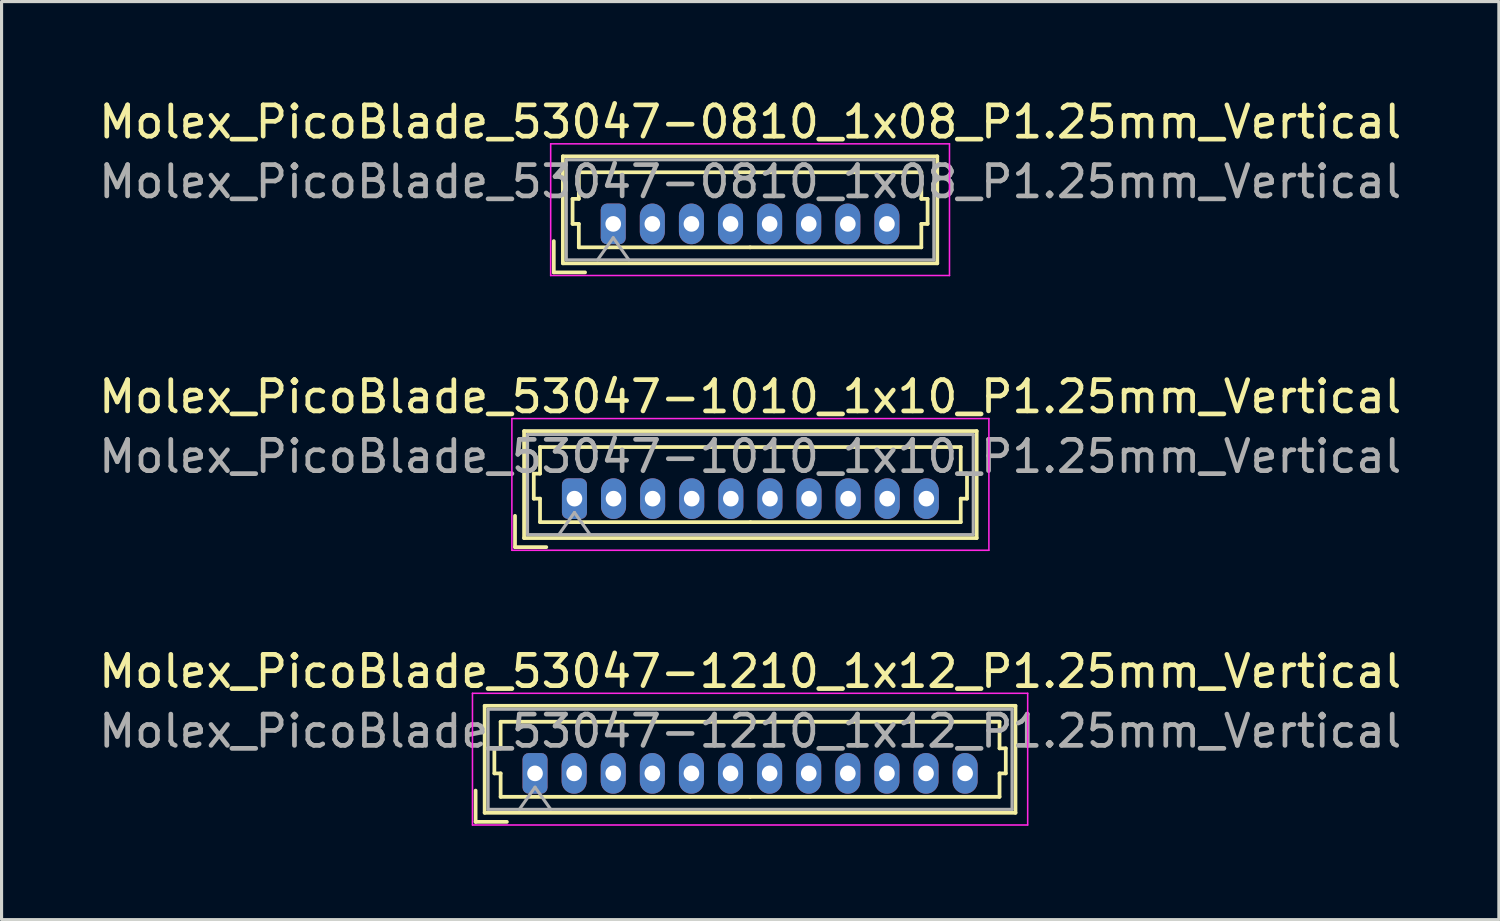
<source format=kicad_pcb>
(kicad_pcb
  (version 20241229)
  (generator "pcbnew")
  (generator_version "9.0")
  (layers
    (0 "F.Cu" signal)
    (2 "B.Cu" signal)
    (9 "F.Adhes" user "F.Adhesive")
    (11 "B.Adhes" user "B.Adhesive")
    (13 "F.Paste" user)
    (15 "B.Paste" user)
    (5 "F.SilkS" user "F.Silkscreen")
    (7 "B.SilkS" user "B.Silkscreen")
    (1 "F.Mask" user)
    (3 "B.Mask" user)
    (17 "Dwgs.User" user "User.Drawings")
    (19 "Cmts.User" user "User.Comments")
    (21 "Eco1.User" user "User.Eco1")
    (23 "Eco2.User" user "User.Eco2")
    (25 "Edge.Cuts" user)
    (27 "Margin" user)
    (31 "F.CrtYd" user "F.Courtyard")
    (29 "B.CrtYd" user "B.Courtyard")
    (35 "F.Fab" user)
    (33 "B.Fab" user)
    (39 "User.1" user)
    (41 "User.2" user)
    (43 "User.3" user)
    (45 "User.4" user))
  (footprint "Molex_PicoBlade_53047-1010_1x10_P1.25mm_Vertical"
    (layer "F.Cu")
    (at 15.315 12.892)
    (property "Reference" "Molex_PicoBlade_53047-1010_1x10_P1.25mm_Vertical" (at 5.62 -3.26 0) (layer "F.SilkS") (effects (font (size 1 1) (thickness 0.15))))
    (attr through_hole)
    (fp_line (start -1.9 1.55) (end -1.9 0.55) (stroke (width 0.12) (type solid)) (layer "F.SilkS"))
    (fp_line (start -1.9 1.55) (end -0.9 1.55) (stroke (width 0.12) (type solid)) (layer "F.SilkS"))
    (fp_line (start -1.61 -2.16) (end -1.61 1.26) (stroke (width 0.12) (type solid)) (layer "F.SilkS"))
    (fp_line (start -1.61 1.26) (end 12.86 1.26) (stroke (width 0.12) (type solid)) (layer "F.SilkS"))
    (fp_line (start -1.3 -0.8) (end -1.1 -0.8) (stroke (width 0.12) (type solid)) (layer "F.SilkS"))
    (fp_line (start -1.3 0) (end -1.3 -0.8) (stroke (width 0.12) (type solid)) (layer "F.SilkS"))
    (fp_line (start -1.1 -1.65) (end 5.625 -1.65) (stroke (width 0.12) (type solid)) (layer "F.SilkS"))
    (fp_line (start -1.1 -0.8) (end -1.1 -1.65) (stroke (width 0.12) (type solid)) (layer "F.SilkS"))
    (fp_line (start -1.1 0) (end -1.3 0) (stroke (width 0.12) (type solid)) (layer "F.SilkS"))
    (fp_line (start -1.1 0.75) (end -1.1 0) (stroke (width 0.12) (type solid)) (layer "F.SilkS"))
    (fp_line (start 5.625 0.75) (end -1.1 0.75) (stroke (width 0.12) (type solid)) (layer "F.SilkS"))
    (fp_line (start 5.625 0.75) (end 12.35 0.75) (stroke (width 0.12) (type solid)) (layer "F.SilkS"))
    (fp_line (start 12.35 -1.65) (end 5.625 -1.65) (stroke (width 0.12) (type solid)) (layer "F.SilkS"))
    (fp_line (start 12.35 -0.8) (end 12.35 -1.65) (stroke (width 0.12) (type solid)) (layer "F.SilkS"))
    (fp_line (start 12.35 0) (end 12.55 0) (stroke (width 0.12) (type solid)) (layer "F.SilkS"))
    (fp_line (start 12.35 0.75) (end 12.35 0) (stroke (width 0.12) (type solid)) (layer "F.SilkS"))
    (fp_line (start 12.55 -0.8) (end 12.35 -0.8) (stroke (width 0.12) (type solid)) (layer "F.SilkS"))
    (fp_line (start 12.55 0) (end 12.55 -0.8) (stroke (width 0.12) (type solid)) (layer "F.SilkS"))
    (fp_line (start 12.86 -2.16) (end -1.61 -2.16) (stroke (width 0.12) (type solid)) (layer "F.SilkS"))
    (fp_line (start 12.86 1.26) (end 12.86 -2.16) (stroke (width 0.12) (type solid)) (layer "F.SilkS"))
    (fp_line (start -2 -2.56) (end -2 1.65) (stroke (width 0.05) (type solid)) (layer "F.CrtYd"))
    (fp_line (start -2 1.65) (end 13.25 1.65) (stroke (width 0.05) (type solid)) (layer "F.CrtYd"))
    (fp_line (start 13.25 -2.56) (end -2 -2.56) (stroke (width 0.05) (type solid)) (layer "F.CrtYd"))
    (fp_line (start 13.25 1.65) (end 13.25 -2.56) (stroke (width 0.05) (type solid)) (layer "F.CrtYd"))
    (fp_line (start -1.5 -2.05) (end -1.5 1.15) (stroke (width 0.1) (type solid)) (layer "F.Fab"))
    (fp_line (start -1.5 1.15) (end 12.75 1.15) (stroke (width 0.1) (type solid)) (layer "F.Fab"))
    (fp_line (start -0.5 1.15) (end 0 0.443) (stroke (width 0.1) (type solid)) (layer "F.Fab"))
    (fp_line (start 0 0.443) (end 0.5 1.15) (stroke (width 0.1) (type solid)) (layer "F.Fab"))
    (fp_line (start 12.75 -2.05) (end -1.5 -2.05) (stroke (width 0.1) (type solid)) (layer "F.Fab"))
    (fp_line (start 12.75 1.15) (end 12.75 -2.05) (stroke (width 0.1) (type solid)) (layer "F.Fab"))
    (fp_text user "${REFERENCE}" (at 5.62 -1.35 0) (layer "F.Fab") (effects (font (size 1 1) (thickness 0.15))))
    (pad "1" thru_hole roundrect (at 0 0) (size 0.8 1.3) (drill 0.5) (layers "*.Cu" "*.Mask") (roundrect_rratio 0.25))
    (pad "2" thru_hole oval (at 1.25 0) (size 0.8 1.3) (drill 0.5) (layers "*.Cu" "*.Mask"))
    (pad "3" thru_hole oval (at 2.5 0) (size 0.8 1.3) (drill 0.5) (layers "*.Cu" "*.Mask"))
    (pad "4" thru_hole oval (at 3.75 0) (size 0.8 1.3) (drill 0.5) (layers "*.Cu" "*.Mask"))
    (pad "5" thru_hole oval (at 5 0) (size 0.8 1.3) (drill 0.5) (layers "*.Cu" "*.Mask"))
    (pad "6" thru_hole oval (at 6.25 0) (size 0.8 1.3) (drill 0.5) (layers "*.Cu" "*.Mask"))
    (pad "7" thru_hole oval (at 7.5 0) (size 0.8 1.3) (drill 0.5) (layers "*.Cu" "*.Mask"))
    (pad "8" thru_hole oval (at 8.75 0) (size 0.8 1.3) (drill 0.5) (layers "*.Cu" "*.Mask"))
    (pad "9" thru_hole oval (at 10 0) (size 0.8 1.3) (drill 0.5) (layers "*.Cu" "*.Mask"))
    (pad "10" thru_hole oval (at 11.25 0) (size 0.8 1.3) (drill 0.5) (layers "*.Cu" "*.Mask")))
  (footprint "Molex_PicoBlade_53047-0810_1x08_P1.25mm_Vertical"
    (layer "F.Cu")
    (at 16.555 4.108)
    (property "Reference" "Molex_PicoBlade_53047-0810_1x08_P1.25mm_Vertical" (at 4.38 -3.26 0) (layer "F.SilkS") (effects (font (size 1 1) (thickness 0.15))))
    (attr through_hole)
    (fp_line (start -1.9 1.55) (end -1.9 0.55) (stroke (width 0.12) (type solid)) (layer "F.SilkS"))
    (fp_line (start -1.9 1.55) (end -0.9 1.55) (stroke (width 0.12) (type solid)) (layer "F.SilkS"))
    (fp_line (start -1.61 -2.16) (end -1.61 1.26) (stroke (width 0.12) (type solid)) (layer "F.SilkS"))
    (fp_line (start -1.61 1.26) (end 10.36 1.26) (stroke (width 0.12) (type solid)) (layer "F.SilkS"))
    (fp_line (start -1.3 -0.8) (end -1.1 -0.8) (stroke (width 0.12) (type solid)) (layer "F.SilkS"))
    (fp_line (start -1.3 0) (end -1.3 -0.8) (stroke (width 0.12) (type solid)) (layer "F.SilkS"))
    (fp_line (start -1.1 -1.65) (end 4.375 -1.65) (stroke (width 0.12) (type solid)) (layer "F.SilkS"))
    (fp_line (start -1.1 -0.8) (end -1.1 -1.65) (stroke (width 0.12) (type solid)) (layer "F.SilkS"))
    (fp_line (start -1.1 0) (end -1.3 0) (stroke (width 0.12) (type solid)) (layer "F.SilkS"))
    (fp_line (start -1.1 0.75) (end -1.1 0) (stroke (width 0.12) (type solid)) (layer "F.SilkS"))
    (fp_line (start 4.375 0.75) (end -1.1 0.75) (stroke (width 0.12) (type solid)) (layer "F.SilkS"))
    (fp_line (start 4.375 0.75) (end 9.85 0.75) (stroke (width 0.12) (type solid)) (layer "F.SilkS"))
    (fp_line (start 9.85 -1.65) (end 4.375 -1.65) (stroke (width 0.12) (type solid)) (layer "F.SilkS"))
    (fp_line (start 9.85 -0.8) (end 9.85 -1.65) (stroke (width 0.12) (type solid)) (layer "F.SilkS"))
    (fp_line (start 9.85 0) (end 10.05 0) (stroke (width 0.12) (type solid)) (layer "F.SilkS"))
    (fp_line (start 9.85 0.75) (end 9.85 0) (stroke (width 0.12) (type solid)) (layer "F.SilkS"))
    (fp_line (start 10.05 -0.8) (end 9.85 -0.8) (stroke (width 0.12) (type solid)) (layer "F.SilkS"))
    (fp_line (start 10.05 0) (end 10.05 -0.8) (stroke (width 0.12) (type solid)) (layer "F.SilkS"))
    (fp_line (start 10.36 -2.16) (end -1.61 -2.16) (stroke (width 0.12) (type solid)) (layer "F.SilkS"))
    (fp_line (start 10.36 1.26) (end 10.36 -2.16) (stroke (width 0.12) (type solid)) (layer "F.SilkS"))
    (fp_line (start -2 -2.56) (end -2 1.65) (stroke (width 0.05) (type solid)) (layer "F.CrtYd"))
    (fp_line (start -2 1.65) (end 10.75 1.65) (stroke (width 0.05) (type solid)) (layer "F.CrtYd"))
    (fp_line (start 10.75 -2.56) (end -2 -2.56) (stroke (width 0.05) (type solid)) (layer "F.CrtYd"))
    (fp_line (start 10.75 1.65) (end 10.75 -2.56) (stroke (width 0.05) (type solid)) (layer "F.CrtYd"))
    (fp_line (start -1.5 -2.05) (end -1.5 1.15) (stroke (width 0.1) (type solid)) (layer "F.Fab"))
    (fp_line (start -1.5 1.15) (end 10.25 1.15) (stroke (width 0.1) (type solid)) (layer "F.Fab"))
    (fp_line (start -0.5 1.15) (end 0 0.443) (stroke (width 0.1) (type solid)) (layer "F.Fab"))
    (fp_line (start 0 0.443) (end 0.5 1.15) (stroke (width 0.1) (type solid)) (layer "F.Fab"))
    (fp_line (start 10.25 -2.05) (end -1.5 -2.05) (stroke (width 0.1) (type solid)) (layer "F.Fab"))
    (fp_line (start 10.25 1.15) (end 10.25 -2.05) (stroke (width 0.1) (type solid)) (layer "F.Fab"))
    (fp_text user "${REFERENCE}" (at 4.38 -1.35 0) (layer "F.Fab") (effects (font (size 1 1) (thickness 0.15))))
    (pad "1" thru_hole roundrect (at 0 0) (size 0.8 1.3) (drill 0.5) (layers "*.Cu" "*.Mask") (roundrect_rratio 0.25))
    (pad "2" thru_hole oval (at 1.25 0) (size 0.8 1.3) (drill 0.5) (layers "*.Cu" "*.Mask"))
    (pad "3" thru_hole oval (at 2.5 0) (size 0.8 1.3) (drill 0.5) (layers "*.Cu" "*.Mask"))
    (pad "4" thru_hole oval (at 3.75 0) (size 0.8 1.3) (drill 0.5) (layers "*.Cu" "*.Mask"))
    (pad "5" thru_hole oval (at 5 0) (size 0.8 1.3) (drill 0.5) (layers "*.Cu" "*.Mask"))
    (pad "6" thru_hole oval (at 6.25 0) (size 0.8 1.3) (drill 0.5) (layers "*.Cu" "*.Mask"))
    (pad "7" thru_hole oval (at 7.5 0) (size 0.8 1.3) (drill 0.5) (layers "*.Cu" "*.Mask"))
    (pad "8" thru_hole oval (at 8.75 0) (size 0.8 1.3) (drill 0.5) (layers "*.Cu" "*.Mask")))
  (footprint "Molex_PicoBlade_53047-1210_1x12_P1.25mm_Vertical"
    (layer "F.Cu")
    (at 14.055 21.675)
    (property "Reference" "Molex_PicoBlade_53047-1210_1x12_P1.25mm_Vertical" (at 6.88 -3.26 0) (layer "F.SilkS") (effects (font (size 1 1) (thickness 0.15))))
    (attr through_hole)
    (fp_line (start -1.9 1.55) (end -1.9 0.55) (stroke (width 0.12) (type solid)) (layer "F.SilkS"))
    (fp_line (start -1.9 1.55) (end -0.9 1.55) (stroke (width 0.12) (type solid)) (layer "F.SilkS"))
    (fp_line (start -1.61 -2.16) (end -1.61 1.26) (stroke (width 0.12) (type solid)) (layer "F.SilkS"))
    (fp_line (start -1.61 1.26) (end 15.36 1.26) (stroke (width 0.12) (type solid)) (layer "F.SilkS"))
    (fp_line (start -1.3 -0.8) (end -1.1 -0.8) (stroke (width 0.12) (type solid)) (layer "F.SilkS"))
    (fp_line (start -1.3 0) (end -1.3 -0.8) (stroke (width 0.12) (type solid)) (layer "F.SilkS"))
    (fp_line (start -1.1 -1.65) (end 6.875 -1.65) (stroke (width 0.12) (type solid)) (layer "F.SilkS"))
    (fp_line (start -1.1 -0.8) (end -1.1 -1.65) (stroke (width 0.12) (type solid)) (layer "F.SilkS"))
    (fp_line (start -1.1 0) (end -1.3 0) (stroke (width 0.12) (type solid)) (layer "F.SilkS"))
    (fp_line (start -1.1 0.75) (end -1.1 0) (stroke (width 0.12) (type solid)) (layer "F.SilkS"))
    (fp_line (start 6.875 0.75) (end -1.1 0.75) (stroke (width 0.12) (type solid)) (layer "F.SilkS"))
    (fp_line (start 6.875 0.75) (end 14.85 0.75) (stroke (width 0.12) (type solid)) (layer "F.SilkS"))
    (fp_line (start 14.85 -1.65) (end 6.875 -1.65) (stroke (width 0.12) (type solid)) (layer "F.SilkS"))
    (fp_line (start 14.85 -0.8) (end 14.85 -1.65) (stroke (width 0.12) (type solid)) (layer "F.SilkS"))
    (fp_line (start 14.85 0) (end 15.05 0) (stroke (width 0.12) (type solid)) (layer "F.SilkS"))
    (fp_line (start 14.85 0.75) (end 14.85 0) (stroke (width 0.12) (type solid)) (layer "F.SilkS"))
    (fp_line (start 15.05 -0.8) (end 14.85 -0.8) (stroke (width 0.12) (type solid)) (layer "F.SilkS"))
    (fp_line (start 15.05 0) (end 15.05 -0.8) (stroke (width 0.12) (type solid)) (layer "F.SilkS"))
    (fp_line (start 15.36 -2.16) (end -1.61 -2.16) (stroke (width 0.12) (type solid)) (layer "F.SilkS"))
    (fp_line (start 15.36 1.26) (end 15.36 -2.16) (stroke (width 0.12) (type solid)) (layer "F.SilkS"))
    (fp_line (start -2 -2.56) (end -2 1.65) (stroke (width 0.05) (type solid)) (layer "F.CrtYd"))
    (fp_line (start -2 1.65) (end 15.75 1.65) (stroke (width 0.05) (type solid)) (layer "F.CrtYd"))
    (fp_line (start 15.75 -2.56) (end -2 -2.56) (stroke (width 0.05) (type solid)) (layer "F.CrtYd"))
    (fp_line (start 15.75 1.65) (end 15.75 -2.56) (stroke (width 0.05) (type solid)) (layer "F.CrtYd"))
    (fp_line (start -1.5 -2.05) (end -1.5 1.15) (stroke (width 0.1) (type solid)) (layer "F.Fab"))
    (fp_line (start -1.5 1.15) (end 15.25 1.15) (stroke (width 0.1) (type solid)) (layer "F.Fab"))
    (fp_line (start -0.5 1.15) (end 0 0.443) (stroke (width 0.1) (type solid)) (layer "F.Fab"))
    (fp_line (start 0 0.443) (end 0.5 1.15) (stroke (width 0.1) (type solid)) (layer "F.Fab"))
    (fp_line (start 15.25 -2.05) (end -1.5 -2.05) (stroke (width 0.1) (type solid)) (layer "F.Fab"))
    (fp_line (start 15.25 1.15) (end 15.25 -2.05) (stroke (width 0.1) (type solid)) (layer "F.Fab"))
    (fp_text user "${REFERENCE}" (at 6.88 -1.35 0) (layer "F.Fab") (effects (font (size 1 1) (thickness 0.15))))
    (pad "1" thru_hole roundrect (at 0 0) (size 0.8 1.3) (drill 0.5) (layers "*.Cu" "*.Mask") (roundrect_rratio 0.25))
    (pad "2" thru_hole oval (at 1.25 0) (size 0.8 1.3) (drill 0.5) (layers "*.Cu" "*.Mask"))
    (pad "3" thru_hole oval (at 2.5 0) (size 0.8 1.3) (drill 0.5) (layers "*.Cu" "*.Mask"))
    (pad "4" thru_hole oval (at 3.75 0) (size 0.8 1.3) (drill 0.5) (layers "*.Cu" "*.Mask"))
    (pad "5" thru_hole oval (at 5 0) (size 0.8 1.3) (drill 0.5) (layers "*.Cu" "*.Mask"))
    (pad "6" thru_hole oval (at 6.25 0) (size 0.8 1.3) (drill 0.5) (layers "*.Cu" "*.Mask"))
    (pad "7" thru_hole oval (at 7.5 0) (size 0.8 1.3) (drill 0.5) (layers "*.Cu" "*.Mask"))
    (pad "8" thru_hole oval (at 8.75 0) (size 0.8 1.3) (drill 0.5) (layers "*.Cu" "*.Mask"))
    (pad "9" thru_hole oval (at 10 0) (size 0.8 1.3) (drill 0.5) (layers "*.Cu" "*.Mask"))
    (pad "10" thru_hole oval (at 11.25 0) (size 0.8 1.3) (drill 0.5) (layers "*.Cu" "*.Mask"))
    (pad "11" thru_hole oval (at 12.5 0) (size 0.8 1.3) (drill 0.5) (layers "*.Cu" "*.Mask"))
    (pad "12" thru_hole oval (at 13.75 0) (size 0.8 1.3) (drill 0.5) (layers "*.Cu" "*.Mask")))
  (gr_rect
    (start -3 -3)
    (end 44.869 26.35)
    (stroke (width 0.1) (type default))
    (fill no)
    (layer "Edge.Cuts")))
</source>
